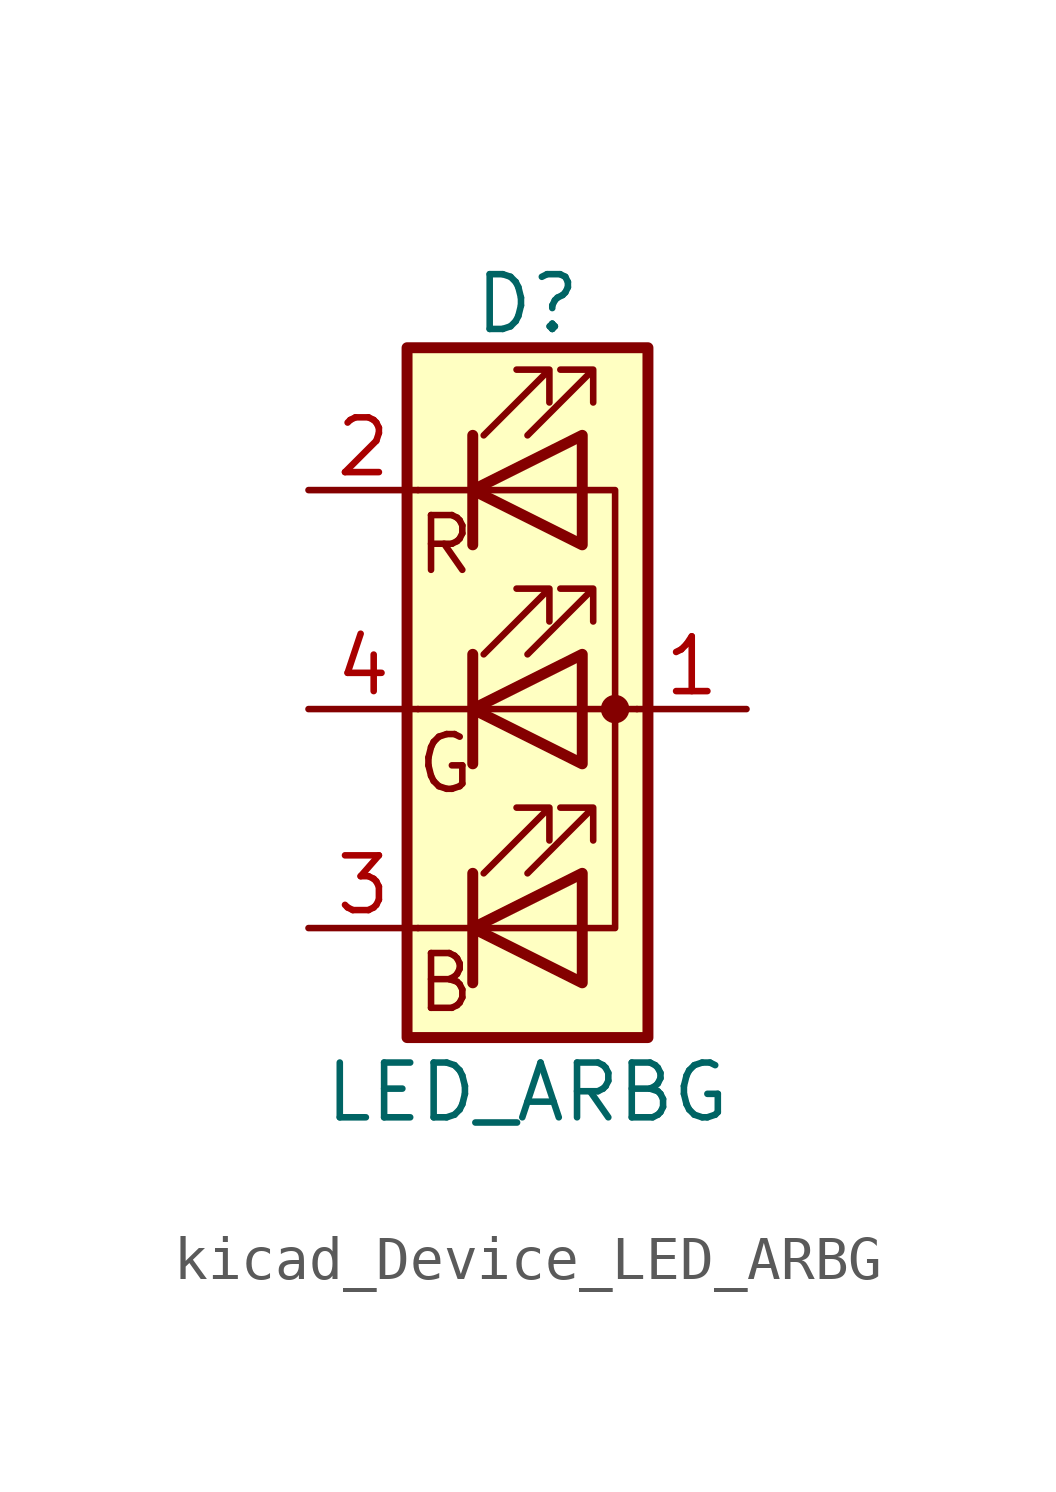
<source format=kicad_sym>
(kicad_symbol_lib
  (version 20220914)
  (generator kicad_symbol_editor)
  (symbol "kicad_Device_LED_ARBG"
    (pin_names
      (offset 0) hide)
    (property "Reference" "D"
      (at 0 9.398 0)
      (effects (font (size 1.27 1.27))))
    (property "Value" "LED_ARBG"
      (at 0 -8.89 0)
      (effects (font (size 1.27 1.27))))
    (symbol "kicad_Device_LED_ARBG_0_0"
      (text "B" (at -1.905 -6.35 0) (effects (font (size 1.27 1.27))))
      (text "G" (at -1.905 -1.27 0) (effects (font (size 1.27 1.27))))
      (text "R" (at -1.905 3.81 0) (effects (font (size 1.27 1.27)))))
    (symbol "kicad_Device_LED_ARBG_0_1"
      (polyline (pts (xy -1.27 -5.08) (xy -2.54 -5.08)) (stroke (width 0) (type default)) (fill (type none)))
      (polyline (pts (xy -1.27 -5.08) (xy 1.27 -5.08)) (stroke (width 0) (type default)) (fill (type none)))
      (polyline (pts (xy -1.27 -3.81) (xy -1.27 -6.35)) (stroke (width 0.254) (type default)) (fill (type none)))
      (polyline (pts (xy -1.27 0) (xy -2.54 0)) (stroke (width 0) (type default)) (fill (type none)))
      (polyline (pts (xy -1.27 1.27) (xy -1.27 -1.27)) (stroke (width 0.254) (type default)) (fill (type none)))
      (polyline (pts (xy -1.27 5.08) (xy -2.54 5.08)) (stroke (width 0) (type default)) (fill (type none)))
      (polyline (pts (xy -1.27 5.08) (xy 1.27 5.08)) (stroke (width 0) (type default)) (fill (type none)))
      (polyline (pts (xy -1.27 6.35) (xy -1.27 3.81)) (stroke (width 0.254) (type default)) (fill (type none)))
      (polyline (pts (xy 1.27 0) (xy -1.27 0)) (stroke (width 0) (type default)) (fill (type none)))
      (polyline (pts (xy 1.27 0) (xy 2.54 0)) (stroke (width 0) (type default)) (fill (type none)))
      (polyline (pts (xy -1.27 1.27) (xy -1.27 -1.27) (xy -1.27 -1.27)) (stroke (width 0) (type default)) (fill (type none)))
      (polyline (pts (xy -1.27 6.35) (xy -1.27 3.81) (xy -1.27 3.81)) (stroke (width 0) (type default)) (fill (type none)))
      (polyline (pts (xy 1.27 -5.08) (xy 2.032 -5.08) (xy 2.032 5.08) (xy 1.27 5.08)) (stroke (width 0) (type default)) (fill (type none)))
      (polyline (pts (xy 1.27 -3.81) (xy 1.27 -6.35) (xy -1.27 -5.08) (xy 1.27 -3.81)) (stroke (width 0.254) (type default)) (fill (type none)))
      (polyline (pts (xy 1.27 1.27) (xy 1.27 -1.27) (xy -1.27 0) (xy 1.27 1.27)) (stroke (width 0.254) (type default)) (fill (type none)))
      (polyline (pts (xy 1.27 6.35) (xy 1.27 3.81) (xy -1.27 5.08) (xy 1.27 6.35)) (stroke (width 0.254) (type default)) (fill (type none)))
      (polyline (pts (xy -1.016 -3.81) (xy 0.508 -2.286) (xy -0.254 -2.286) (xy 0.508 -2.286) (xy 0.508 -3.048)) (stroke (width 0) (type default)) (fill (type none)))
      (polyline (pts (xy -1.016 1.27) (xy 0.508 2.794) (xy -0.254 2.794) (xy 0.508 2.794) (xy 0.508 2.032)) (stroke (width 0) (type default)) (fill (type none)))
      (polyline (pts (xy -1.016 6.35) (xy 0.508 7.874) (xy -0.254 7.874) (xy 0.508 7.874) (xy 0.508 7.112)) (stroke (width 0) (type default)) (fill (type none)))
      (polyline (pts (xy 0 -3.81) (xy 1.524 -2.286) (xy 0.762 -2.286) (xy 1.524 -2.286) (xy 1.524 -3.048)) (stroke (width 0) (type default)) (fill (type none)))
      (polyline (pts (xy 0 1.27) (xy 1.524 2.794) (xy 0.762 2.794) (xy 1.524 2.794) (xy 1.524 2.032)) (stroke (width 0) (type default)) (fill (type none)))
      (polyline (pts (xy 0 6.35) (xy 1.524 7.874) (xy 0.762 7.874) (xy 1.524 7.874) (xy 1.524 7.112)) (stroke (width 0) (type default)) (fill (type none)))
      (rectangle (start 1.27 -1.27) (end 1.27 1.27) (stroke (width 0) (type default)) (fill (type none)))
      (rectangle (start 1.27 1.27) (end 1.27 1.27) (stroke (width 0) (type default)) (fill (type none)))
      (rectangle (start 1.27 3.81) (end 1.27 6.35) (stroke (width 0) (type default)) (fill (type none)))
      (rectangle (start 1.27 6.35) (end 1.27 6.35) (stroke (width 0) (type default)) (fill (type none)))
      (circle (center 2.032 0) (radius 0.254) (stroke (width 0) (type default)) (fill (type outline)))
      (rectangle (start 2.794 8.382) (end -2.794 -7.62) (stroke (width 0.254) (type default)) (fill (type background))))
    (symbol "kicad_Device_LED_ARBG_1_1"
      (pin passive line (at 5.08 0 180) (length 2.54) (name "A" (effects (font (size 1.27 1.27)))) (number "1" (effects (font (size 1.27 1.27)))))
      (pin passive line (at -5.08 5.08 0) (length 2.54) (name "RK" (effects (font (size 1.27 1.27)))) (number "2" (effects (font (size 1.27 1.27)))))
      (pin passive line (at -5.08 -5.08 0) (length 2.54) (name "BK" (effects (font (size 1.27 1.27)))) (number "3" (effects (font (size 1.27 1.27)))))
      (pin passive line (at -5.08 0 0) (length 2.54) (name "GK" (effects (font (size 1.27 1.27)))) (number "4" (effects (font (size 1.27 1.27))))))))
</source>
